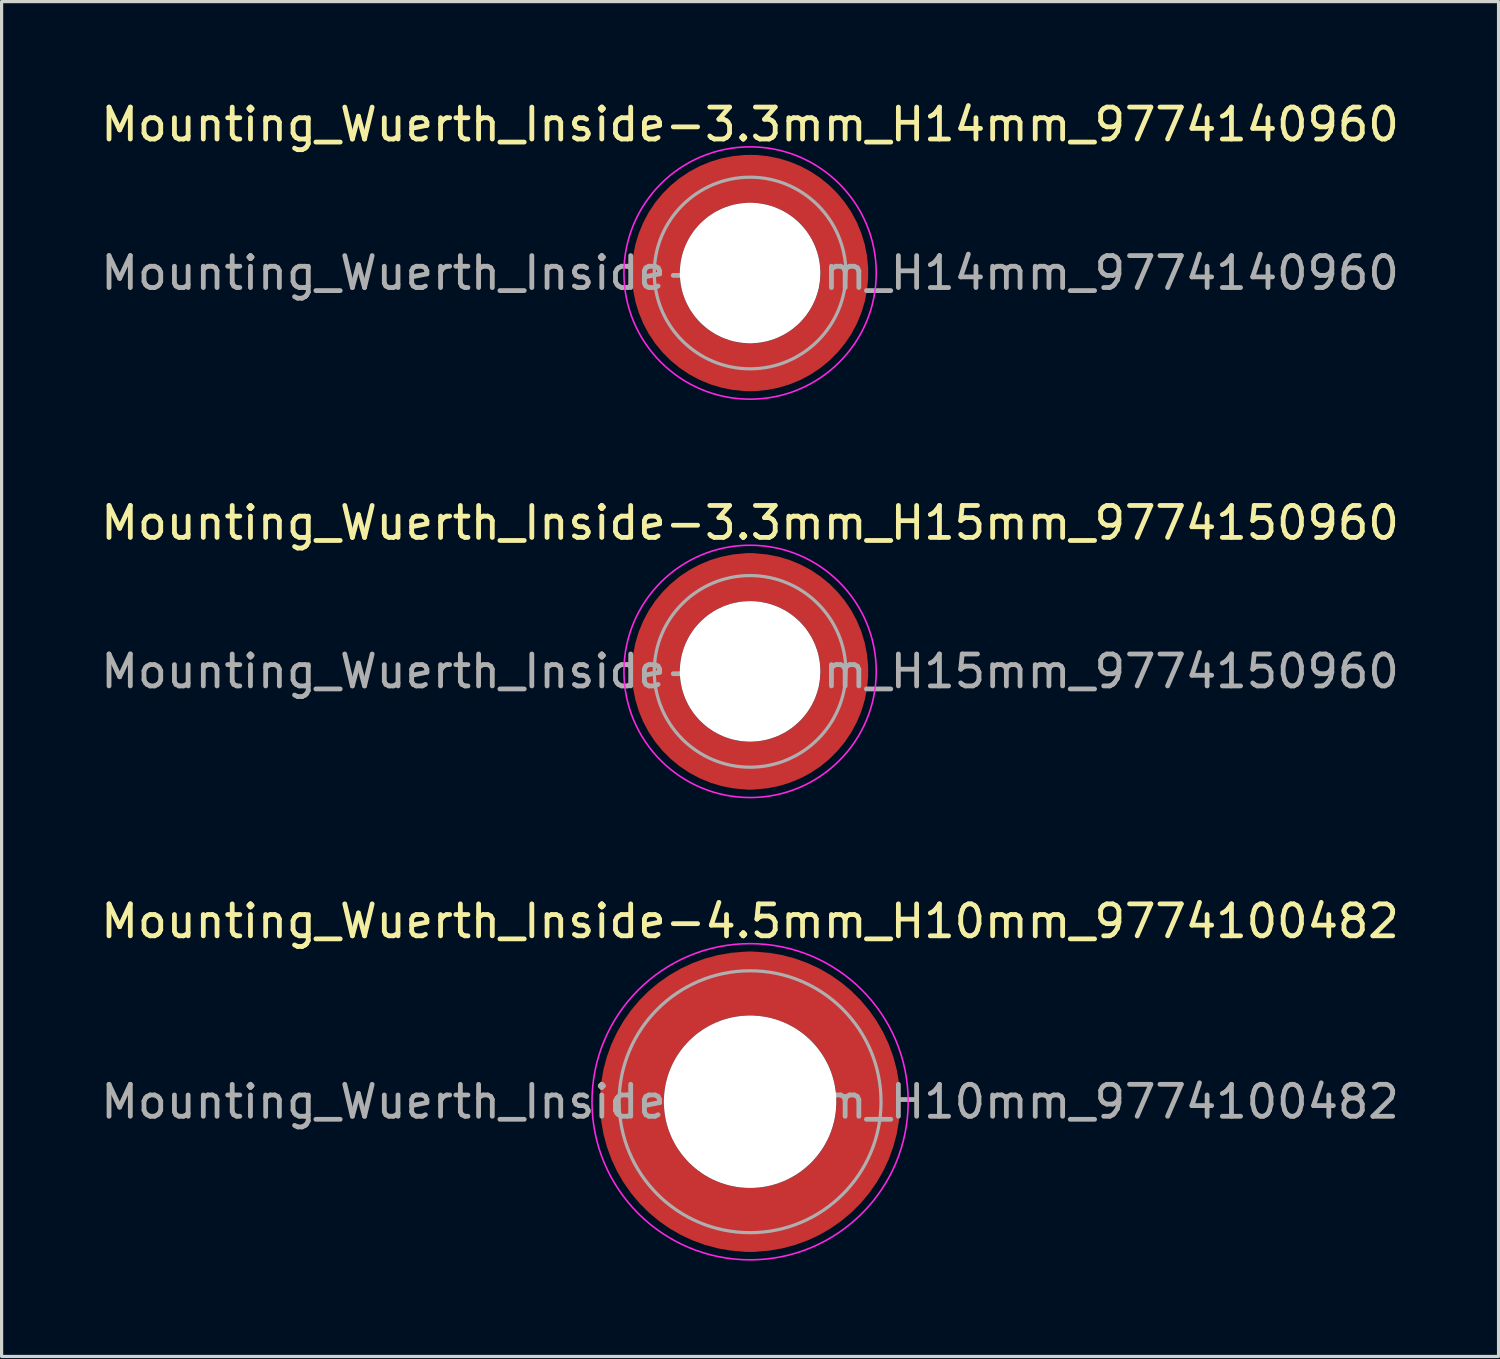
<source format=kicad_pcb>
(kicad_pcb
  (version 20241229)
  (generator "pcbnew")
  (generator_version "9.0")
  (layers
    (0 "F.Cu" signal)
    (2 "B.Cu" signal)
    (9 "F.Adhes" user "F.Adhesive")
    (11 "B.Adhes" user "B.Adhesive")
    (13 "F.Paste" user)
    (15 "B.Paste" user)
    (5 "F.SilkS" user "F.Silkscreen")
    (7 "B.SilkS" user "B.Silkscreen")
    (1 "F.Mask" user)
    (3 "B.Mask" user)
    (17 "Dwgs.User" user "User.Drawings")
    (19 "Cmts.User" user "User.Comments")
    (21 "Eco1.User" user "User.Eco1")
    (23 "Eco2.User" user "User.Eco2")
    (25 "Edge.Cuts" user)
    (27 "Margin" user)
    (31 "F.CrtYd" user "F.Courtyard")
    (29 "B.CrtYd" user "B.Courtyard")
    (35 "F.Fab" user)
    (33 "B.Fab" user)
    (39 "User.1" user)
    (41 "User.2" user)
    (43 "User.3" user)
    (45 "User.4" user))
  (footprint "Mounting_Wuerth_Inside-3.3mm_H14mm_9774140960"
    (layer "F.Cu")
    (at 20.435 5.498)
    (property "Reference" "Mounting_Wuerth_Inside-3.3mm_H14mm_9774140960" (at 0 -4.65 0) (layer "F.SilkS") (effects (font (size 1 1) (thickness 0.15))))
    (attr smd)
    (fp_circle (center 0 0) (end 3.95 0) (stroke (width 0.05) (type solid)) (fill no) (layer "F.CrtYd"))
    (fp_circle (center 0 0) (end 3 0) (stroke (width 0.1) (type solid)) (fill no) (layer "F.Fab"))
    (fp_text user "${REFERENCE}" (at 0 0 0) (layer "F.Fab") (effects (font (size 1 1) (thickness 0.15))))
    (pad "" smd custom (at -2.058 -2.058) (size 1.1 1.1) (layers "F.Paste") (options (anchor circle)) (primitives (gr_arc (start -0.524489 1.532681) (mid 0.194454 0.194454) (end 1.532681 -0.524489) (width 0.55)) (gr_arc (start -0.804569 1.532681) (mid 0 0) (end 1.532681 -0.804569) (width 0.55)) (gr_arc (start -1.083752 1.532681) (mid -0.194454 -0.194454) (end 1.532681 -1.083752) (width 0.55)) (gr_line (start 1.533 -0.524) (end 1.533 -1.084) (width 0.55)) (gr_line (start -0.524 1.533) (end -1.084 1.533) (width 0.55))))
    (pad "" smd custom (at -2.058 2.058) (size 1.1 1.1) (layers "F.Paste") (options (anchor circle)) (primitives (gr_arc (start 1.532681 0.524489) (mid 0.194454 -0.194454) (end -0.524489 -1.532681) (width 0.55)) (gr_arc (start 1.532681 0.804569) (mid 0 0) (end -0.804569 -1.532681) (width 0.55)) (gr_arc (start 1.532681 1.083752) (mid -0.194454 0.194454) (end -1.083752 -1.532681) (width 0.55)) (gr_line (start -0.524 -1.533) (end -1.084 -1.533) (width 0.55)) (gr_line (start 1.533 0.524) (end 1.533 1.084) (width 0.55))))
    (pad "" np_thru_hole circle (at 0 0) (size 4.4 4.4) (drill 4.4) (layers "*.Cu" "*.Mask"))
    (pad "" smd custom (at 2.058 -2.058) (size 1.1 1.1) (layers "F.Paste") (options (anchor circle)) (primitives (gr_arc (start -1.532681 -0.524489) (mid -0.194454 0.194454) (end 0.524489 1.532681) (width 0.55)) (gr_arc (start -1.532681 -0.804569) (mid 0 0) (end 0.804569 1.532681) (width 0.55)) (gr_arc (start -1.532681 -1.083752) (mid 0.194454 -0.194454) (end 1.083752 1.532681) (width 0.55)) (gr_line (start 0.524 1.533) (end 1.084 1.533) (width 0.55)) (gr_line (start -1.533 -0.524) (end -1.533 -1.084) (width 0.55))))
    (pad "" smd custom (at 2.058 2.058) (size 1.1 1.1) (layers "F.Paste") (options (anchor circle)) (primitives (gr_arc (start 0.524489 -1.532681) (mid -0.194454 -0.194454) (end -1.532681 0.524489) (width 0.55)) (gr_arc (start 0.804569 -1.532681) (mid 0 0) (end -1.532681 0.804569) (width 0.55)) (gr_arc (start 1.083752 -1.532681) (mid 0.194454 0.194454) (end -1.532681 1.083752) (width 0.55)) (gr_line (start -1.533 0.524) (end -1.533 1.084) (width 0.55)) (gr_line (start 0.524 -1.533) (end 1.084 -1.533) (width 0.55))))
    (pad "1" smd circle (at -2.95 0) (size 1.5 1.5) (layers "F.Cu"))
    (pad "1" smd circle (at 0 -2.95) (size 1.5 1.5) (layers "F.Cu"))
    (pad "1" smd circle (at 0 2.95) (size 1.5 1.5) (layers "F.Cu"))
    (pad "1" smd custom (at 2.95 0) (size 1.5 1.5) (layers "F.Cu" "F.Mask") (options (anchor circle)) (primitives (gr_circle (center -2.95 0) (end 0 0) (width 1.5) (fill no)))))
  (footprint "Mounting_Wuerth_Inside-4.5mm_H10mm_9774100482"
    (layer "F.Cu")
    (at 20.435 31.445)
    (property "Reference" "Mounting_Wuerth_Inside-4.5mm_H10mm_9774100482" (at 0 -5.65 0) (layer "F.SilkS") (effects (font (size 1 1) (thickness 0.15))))
    (attr smd)
    (fp_circle (center 0 0) (end 4.95 0) (stroke (width 0.05) (type solid)) (fill no) (layer "F.CrtYd"))
    (fp_circle (center 0 0) (end 4.1 0) (stroke (width 0.1) (type solid)) (fill no) (layer "F.Fab"))
    (fp_text user "${REFERENCE}" (at 0 0 0) (layer "F.Fab") (effects (font (size 1 1) (thickness 0.15))))
    (pad "" smd custom (at -2.607 -2.607) (size 1.895 1.895) (layers "F.Paste") (options (anchor circle)) (primitives (gr_arc (start -0.485237 1.733706) (mid 0.334992 0.334992) (end 1.733706 -0.485237) (width 0.9475)) (gr_arc (start -0.975031 1.733706) (mid 0 0) (end 1.733706 -0.975031) (width 0.9475)) (gr_arc (start -1.461028 1.733706) (mid -0.334992 -0.334992) (end 1.733706 -1.461028) (width 0.9475)) (gr_line (start 1.734 -0.485) (end 1.734 -1.461) (width 0.948)) (gr_line (start -0.485 1.734) (end -1.461 1.734) (width 0.948))))
    (pad "" smd custom (at -2.607 2.607) (size 1.895 1.895) (layers "F.Paste") (options (anchor circle)) (primitives (gr_arc (start 1.733706 0.485237) (mid 0.334992 -0.334992) (end -0.485237 -1.733706) (width 0.9475)) (gr_arc (start 1.733706 0.975031) (mid 0 0) (end -0.975031 -1.733706) (width 0.9475)) (gr_arc (start 1.733706 1.461028) (mid -0.334992 0.334992) (end -1.461028 -1.733706) (width 0.9475)) (gr_line (start -0.485 -1.734) (end -1.461 -1.734) (width 0.948)) (gr_line (start 1.734 0.485) (end 1.734 1.461) (width 0.948))))
    (pad "" np_thru_hole circle (at 0 0) (size 5.4 5.4) (drill 5.4) (layers "*.Cu" "*.Mask"))
    (pad "" smd custom (at 2.607 -2.607) (size 1.895 1.895) (layers "F.Paste") (options (anchor circle)) (primitives (gr_arc (start -1.733706 -0.485237) (mid -0.334992 0.334992) (end 0.485237 1.733706) (width 0.9475)) (gr_arc (start -1.733706 -0.975031) (mid 0 0) (end 0.975031 1.733706) (width 0.9475)) (gr_arc (start -1.733706 -1.461028) (mid 0.334992 -0.334992) (end 1.461028 1.733706) (width 0.9475)) (gr_line (start 0.485 1.734) (end 1.461 1.734) (width 0.948)) (gr_line (start -1.734 -0.485) (end -1.734 -1.461) (width 0.948))))
    (pad "" smd custom (at 2.607 2.607) (size 1.895 1.895) (layers "F.Paste") (options (anchor circle)) (primitives (gr_arc (start 0.485237 -1.733706) (mid -0.334992 -0.334992) (end -1.733706 0.485237) (width 0.9475)) (gr_arc (start 0.975031 -1.733706) (mid 0 0) (end -1.733706 0.975031) (width 0.9475)) (gr_arc (start 1.461028 -1.733706) (mid 0.334992 0.334992) (end -1.733706 1.461028) (width 0.9475)) (gr_line (start -1.734 0.485) (end -1.734 1.461) (width 0.948)) (gr_line (start 0.485 -1.734) (end 1.461 -1.734) (width 0.948))))
    (pad "1" smd circle (at -3.7 0) (size 2 2) (layers "F.Cu"))
    (pad "1" smd circle (at 0 -3.7) (size 2 2) (layers "F.Cu"))
    (pad "1" smd circle (at 0 3.7) (size 2 2) (layers "F.Cu"))
    (pad "1" smd custom (at 3.7 0) (size 2 2) (layers "F.Cu" "F.Mask") (options (anchor circle)) (primitives (gr_circle (center -3.7 0) (end 0 0) (width 2) (fill no)))))
  (footprint "Mounting_Wuerth_Inside-3.3mm_H15mm_9774150960"
    (layer "F.Cu")
    (at 20.435 17.971)
    (property "Reference" "Mounting_Wuerth_Inside-3.3mm_H15mm_9774150960" (at 0 -4.65 0) (layer "F.SilkS") (effects (font (size 1 1) (thickness 0.15))))
    (attr smd)
    (fp_circle (center 0 0) (end 3.95 0) (stroke (width 0.05) (type solid)) (fill no) (layer "F.CrtYd"))
    (fp_circle (center 0 0) (end 3 0) (stroke (width 0.1) (type solid)) (fill no) (layer "F.Fab"))
    (fp_text user "${REFERENCE}" (at 0 0 0) (layer "F.Fab") (effects (font (size 1 1) (thickness 0.15))))
    (pad "" smd custom (at -2.058 -2.058) (size 1.1 1.1) (layers "F.Paste") (options (anchor circle)) (primitives (gr_arc (start -0.524489 1.532681) (mid 0.194454 0.194454) (end 1.532681 -0.524489) (width 0.55)) (gr_arc (start -0.804569 1.532681) (mid 0 0) (end 1.532681 -0.804569) (width 0.55)) (gr_arc (start -1.083752 1.532681) (mid -0.194454 -0.194454) (end 1.532681 -1.083752) (width 0.55)) (gr_line (start 1.533 -0.524) (end 1.533 -1.084) (width 0.55)) (gr_line (start -0.524 1.533) (end -1.084 1.533) (width 0.55))))
    (pad "" smd custom (at -2.058 2.058) (size 1.1 1.1) (layers "F.Paste") (options (anchor circle)) (primitives (gr_arc (start 1.532681 0.524489) (mid 0.194454 -0.194454) (end -0.524489 -1.532681) (width 0.55)) (gr_arc (start 1.532681 0.804569) (mid 0 0) (end -0.804569 -1.532681) (width 0.55)) (gr_arc (start 1.532681 1.083752) (mid -0.194454 0.194454) (end -1.083752 -1.532681) (width 0.55)) (gr_line (start -0.524 -1.533) (end -1.084 -1.533) (width 0.55)) (gr_line (start 1.533 0.524) (end 1.533 1.084) (width 0.55))))
    (pad "" np_thru_hole circle (at 0 0) (size 4.4 4.4) (drill 4.4) (layers "*.Cu" "*.Mask"))
    (pad "" smd custom (at 2.058 -2.058) (size 1.1 1.1) (layers "F.Paste") (options (anchor circle)) (primitives (gr_arc (start -1.532681 -0.524489) (mid -0.194454 0.194454) (end 0.524489 1.532681) (width 0.55)) (gr_arc (start -1.532681 -0.804569) (mid 0 0) (end 0.804569 1.532681) (width 0.55)) (gr_arc (start -1.532681 -1.083752) (mid 0.194454 -0.194454) (end 1.083752 1.532681) (width 0.55)) (gr_line (start 0.524 1.533) (end 1.084 1.533) (width 0.55)) (gr_line (start -1.533 -0.524) (end -1.533 -1.084) (width 0.55))))
    (pad "" smd custom (at 2.058 2.058) (size 1.1 1.1) (layers "F.Paste") (options (anchor circle)) (primitives (gr_arc (start 0.524489 -1.532681) (mid -0.194454 -0.194454) (end -1.532681 0.524489) (width 0.55)) (gr_arc (start 0.804569 -1.532681) (mid 0 0) (end -1.532681 0.804569) (width 0.55)) (gr_arc (start 1.083752 -1.532681) (mid 0.194454 0.194454) (end -1.532681 1.083752) (width 0.55)) (gr_line (start -1.533 0.524) (end -1.533 1.084) (width 0.55)) (gr_line (start 0.524 -1.533) (end 1.084 -1.533) (width 0.55))))
    (pad "1" smd circle (at -2.95 0) (size 1.5 1.5) (layers "F.Cu"))
    (pad "1" smd circle (at 0 -2.95) (size 1.5 1.5) (layers "F.Cu"))
    (pad "1" smd circle (at 0 2.95) (size 1.5 1.5) (layers "F.Cu"))
    (pad "1" smd custom (at 2.95 0) (size 1.5 1.5) (layers "F.Cu" "F.Mask") (options (anchor circle)) (primitives (gr_circle (center -2.95 0) (end 0 0) (width 1.5) (fill no)))))
  (gr_rect
    (start -3 -3)
    (end 43.869 39.42)
    (stroke (width 0.1) (type default))
    (fill no)
    (layer "Edge.Cuts")))
</source>
